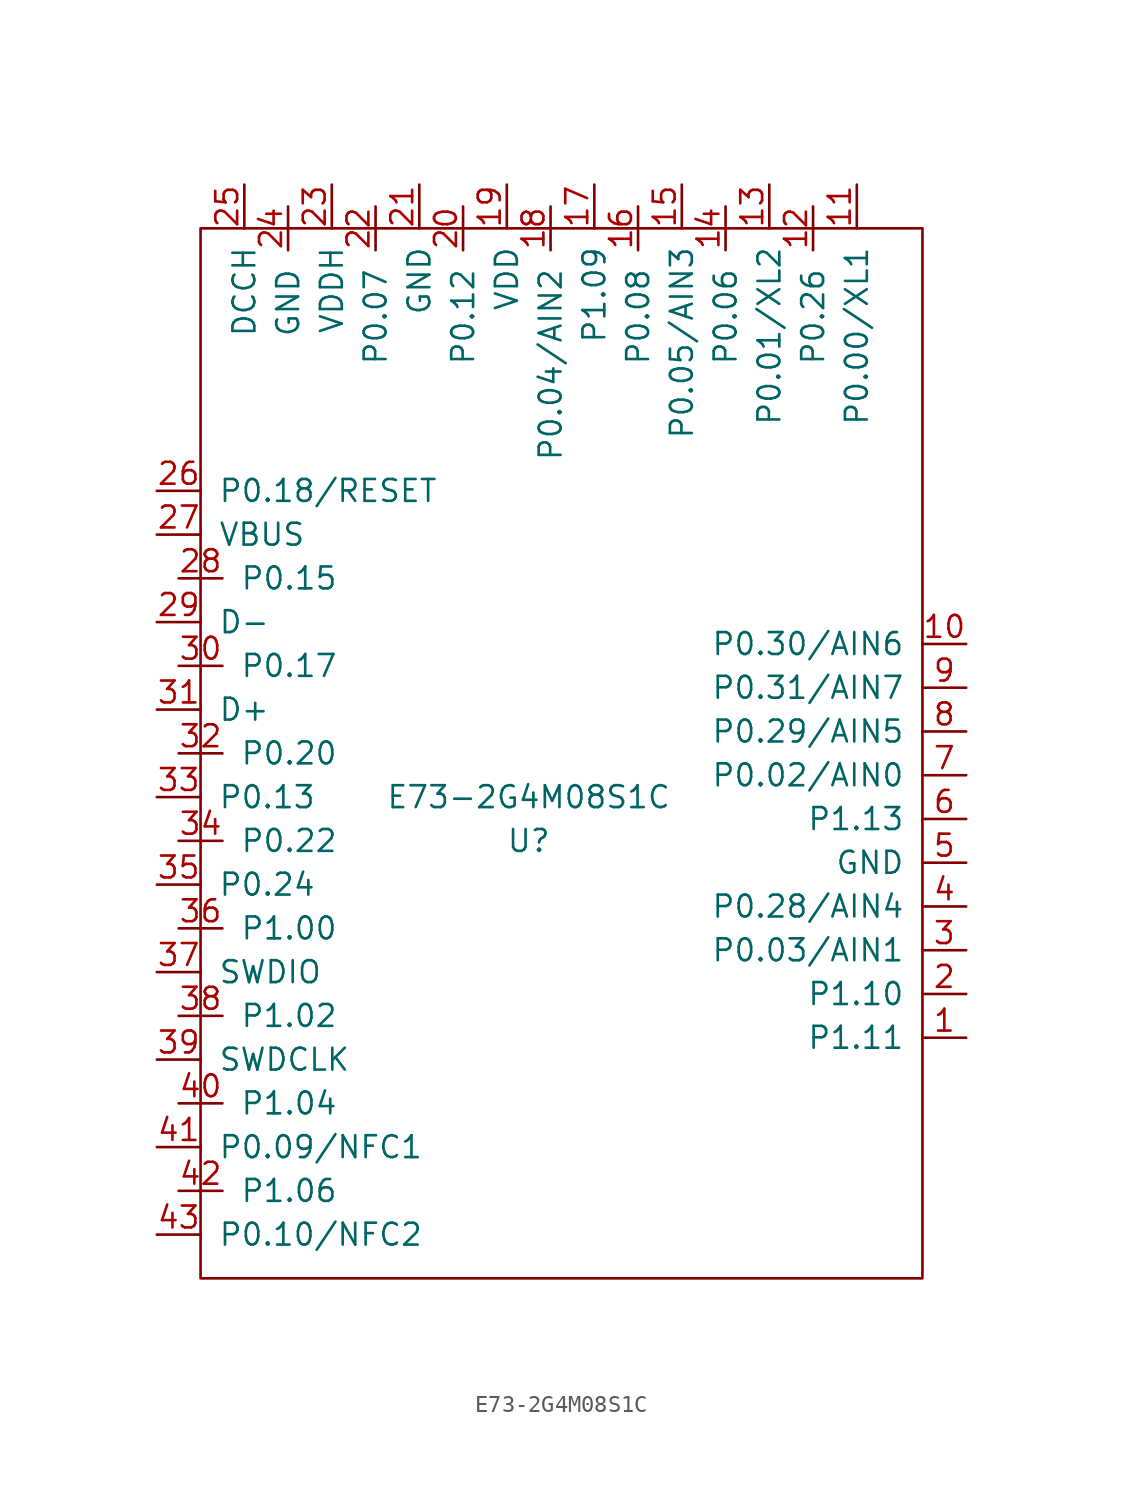
<source format=kicad_sym>
(kicad_symbol_lib
  (version 20201005)
  (generator kicad_symbol_editor)
  (symbol "BlueSof:E73-2G4M08S1C"
    (pin_names
      (offset 1.016))
    (property "Reference" "U"
      (at 0 -1.27 0)
      (effects (font (size 1.27 1.27))))
    (property "Value" "E73-2G4M08S1C"
      (at 0 1.27 0)
      (effects (font (size 1.27 1.27))))
    (symbol "E73-2G4M08S1C_0_0"
      (pin bidirectional line (at 25.4 10.16 180) (length 2.54) (name "P0.30/AIN6" (effects (font (size 1.27 1.27)))) (number "10" (effects (font (size 1.27 1.27)))))
      (pin bidirectional line (at 19.05 36.83 270) (length 2.54) (name "P0.00/XL1" (effects (font (size 1.27 1.27)))) (number "11" (effects (font (size 1.27 1.27)))))
      (pin bidirectional line (at 16.51 35.56 270) (length 2.54) (name "P0.26" (effects (font (size 1.27 1.27)))) (number "12" (effects (font (size 1.27 1.27)))))
      (pin bidirectional line (at 13.97 36.83 270) (length 2.54) (name "P0.01/XL2" (effects (font (size 1.27 1.27)))) (number "13" (effects (font (size 1.27 1.27)))))
      (pin bidirectional line (at 11.43 35.56 270) (length 2.54) (name "P0.06" (effects (font (size 1.27 1.27)))) (number "14" (effects (font (size 1.27 1.27)))))
      (pin bidirectional line (at 8.89 36.83 270) (length 2.54) (name "P0.05/AIN3" (effects (font (size 1.27 1.27)))) (number "15" (effects (font (size 1.27 1.27)))))
      (pin bidirectional line (at 6.35 35.56 270) (length 2.54) (name "P0.08" (effects (font (size 1.27 1.27)))) (number "16" (effects (font (size 1.27 1.27)))))
      (pin bidirectional line (at 3.81 36.83 270) (length 2.54) (name "P1.09" (effects (font (size 1.27 1.27)))) (number "17" (effects (font (size 1.27 1.27)))))
      (pin bidirectional line (at 1.27 35.56 270) (length 2.54) (name "P0.04/AIN2" (effects (font (size 1.27 1.27)))) (number "18" (effects (font (size 1.27 1.27)))))
      (pin power_in line (at -1.27 36.83 270) (length 2.54) (name "VDD" (effects (font (size 1.27 1.27)))) (number "19" (effects (font (size 1.27 1.27)))))
      (pin bidirectional line (at -3.81 35.56 270) (length 2.54) (name "P0.12" (effects (font (size 1.27 1.27)))) (number "20" (effects (font (size 1.27 1.27)))))
      (pin power_in line (at -6.35 36.83 270) (length 2.54) (name "GND" (effects (font (size 1.27 1.27)))) (number "21" (effects (font (size 1.27 1.27)))))
      (pin bidirectional line (at -8.89 35.56 270) (length 2.54) (name "P0.07" (effects (font (size 1.27 1.27)))) (number "22" (effects (font (size 1.27 1.27)))))
      (pin power_in line (at -11.43 36.83 270) (length 2.54) (name "VDDH" (effects (font (size 1.27 1.27)))) (number "23" (effects (font (size 1.27 1.27)))))
      (pin power_in line (at -13.97 35.56 270) (length 2.54) (name "GND" (effects (font (size 1.27 1.27)))) (number "24" (effects (font (size 1.27 1.27)))))
      (pin bidirectional line (at -16.51 36.83 270) (length 2.54) (name "DCCH" (effects (font (size 1.27 1.27)))) (number "25" (effects (font (size 1.27 1.27)))))
      (pin bidirectional line (at -21.59 19.05 0) (length 2.54) (name "P0.18/RESET" (effects (font (size 1.27 1.27)))) (number "26" (effects (font (size 1.27 1.27)))))
      (pin power_in line (at -21.59 16.51 0) (length 2.54) (name "VBUS" (effects (font (size 1.27 1.27)))) (number "27" (effects (font (size 1.27 1.27)))))
      (pin bidirectional line (at -20.32 13.97 0) (length 2.54) (name "P0.15" (effects (font (size 1.27 1.27)))) (number "28" (effects (font (size 1.27 1.27)))))
      (pin output line (at -21.59 11.43 0) (length 2.54) (name "D-" (effects (font (size 1.27 1.27)))) (number "29" (effects (font (size 1.27 1.27)))))
      (pin bidirectional line (at -20.32 8.89 0) (length 2.54) (name "P0.17" (effects (font (size 1.27 1.27)))) (number "30" (effects (font (size 1.27 1.27)))))
      (pin output line (at -21.59 6.35 0) (length 2.54) (name "D+" (effects (font (size 1.27 1.27)))) (number "31" (effects (font (size 1.27 1.27)))))
      (pin bidirectional line (at -20.32 3.81 0) (length 2.54) (name "P0.20" (effects (font (size 1.27 1.27)))) (number "32" (effects (font (size 1.27 1.27)))))
      (pin bidirectional line (at -21.59 1.27 0) (length 2.54) (name "P0.13" (effects (font (size 1.27 1.27)))) (number "33" (effects (font (size 1.27 1.27)))))
      (pin bidirectional line (at -20.32 -1.27 0) (length 2.54) (name "P0.22" (effects (font (size 1.27 1.27)))) (number "34" (effects (font (size 1.27 1.27)))))
      (pin bidirectional line (at -21.59 -3.81 0) (length 2.54) (name "P0.24" (effects (font (size 1.27 1.27)))) (number "35" (effects (font (size 1.27 1.27)))))
      (pin bidirectional line (at -20.32 -6.35 0) (length 2.54) (name "P1.00" (effects (font (size 1.27 1.27)))) (number "36" (effects (font (size 1.27 1.27)))))
      (pin bidirectional line (at -21.59 -8.89 0) (length 2.54) (name "SWDIO" (effects (font (size 1.27 1.27)))) (number "37" (effects (font (size 1.27 1.27)))))
      (pin bidirectional line (at -20.32 -11.43 0) (length 2.54) (name "P1.02" (effects (font (size 1.27 1.27)))) (number "38" (effects (font (size 1.27 1.27)))))
      (pin bidirectional line (at -21.59 -13.97 0) (length 2.54) (name "SWDCLK" (effects (font (size 1.27 1.27)))) (number "39" (effects (font (size 1.27 1.27)))))
      (pin bidirectional line (at -20.32 -16.51 0) (length 2.54) (name "P1.04" (effects (font (size 1.27 1.27)))) (number "40" (effects (font (size 1.27 1.27)))))
      (pin bidirectional line (at -21.59 -19.05 0) (length 2.54) (name "P0.09/NFC1" (effects (font (size 1.27 1.27)))) (number "41" (effects (font (size 1.27 1.27)))))
      (pin bidirectional line (at -20.32 -21.59 0) (length 2.54) (name "P1.06" (effects (font (size 1.27 1.27)))) (number "42" (effects (font (size 1.27 1.27)))))
      (pin bidirectional line (at -21.59 -24.13 0) (length 2.54) (name "P0.10/NFC2" (effects (font (size 1.27 1.27)))) (number "43" (effects (font (size 1.27 1.27)))))
      (pin bidirectional line (at 25.4 5.08 180) (length 2.54) (name "P0.29/AIN5" (effects (font (size 1.27 1.27)))) (number "8" (effects (font (size 1.27 1.27)))))
      (pin bidirectional line (at 25.4 7.62 180) (length 2.54) (name "P0.31/AIN7" (effects (font (size 1.27 1.27)))) (number "9" (effects (font (size 1.27 1.27))))))
    (symbol "E73-2G4M08S1C_0_1"
      (rectangle (start -19.05 34.29) (end 22.86 -26.67) (stroke (width 0)) (fill (type none))))
    (symbol "E73-2G4M08S1C_1_1"
      (pin bidirectional line (at 25.4 -12.7 180) (length 2.54) (name "P1.11" (effects (font (size 1.27 1.27)))) (number "1" (effects (font (size 1.27 1.27)))))
      (pin bidirectional line (at 25.4 -10.16 180) (length 2.54) (name "P1.10" (effects (font (size 1.27 1.27)))) (number "2" (effects (font (size 1.27 1.27)))))
      (pin bidirectional line (at 25.4 -7.62 180) (length 2.54) (name "P0.03/AIN1" (effects (font (size 1.27 1.27)))) (number "3" (effects (font (size 1.27 1.27)))))
      (pin bidirectional line (at 25.4 -5.08 180) (length 2.54) (name "P0.28/AIN4" (effects (font (size 1.27 1.27)))) (number "4" (effects (font (size 1.27 1.27)))))
      (pin power_in line (at 25.4 -2.54 180) (length 2.54) (name "GND" (effects (font (size 1.27 1.27)))) (number "5" (effects (font (size 1.27 1.27)))))
      (pin bidirectional line (at 25.4 0 180) (length 2.54) (name "P1.13" (effects (font (size 1.27 1.27)))) (number "6" (effects (font (size 1.27 1.27)))))
      (pin bidirectional line (at 25.4 2.54 180) (length 2.54) (name "P0.02/AIN0" (effects (font (size 1.27 1.27)))) (number "7" (effects (font (size 1.27 1.27))))))))
</source>
